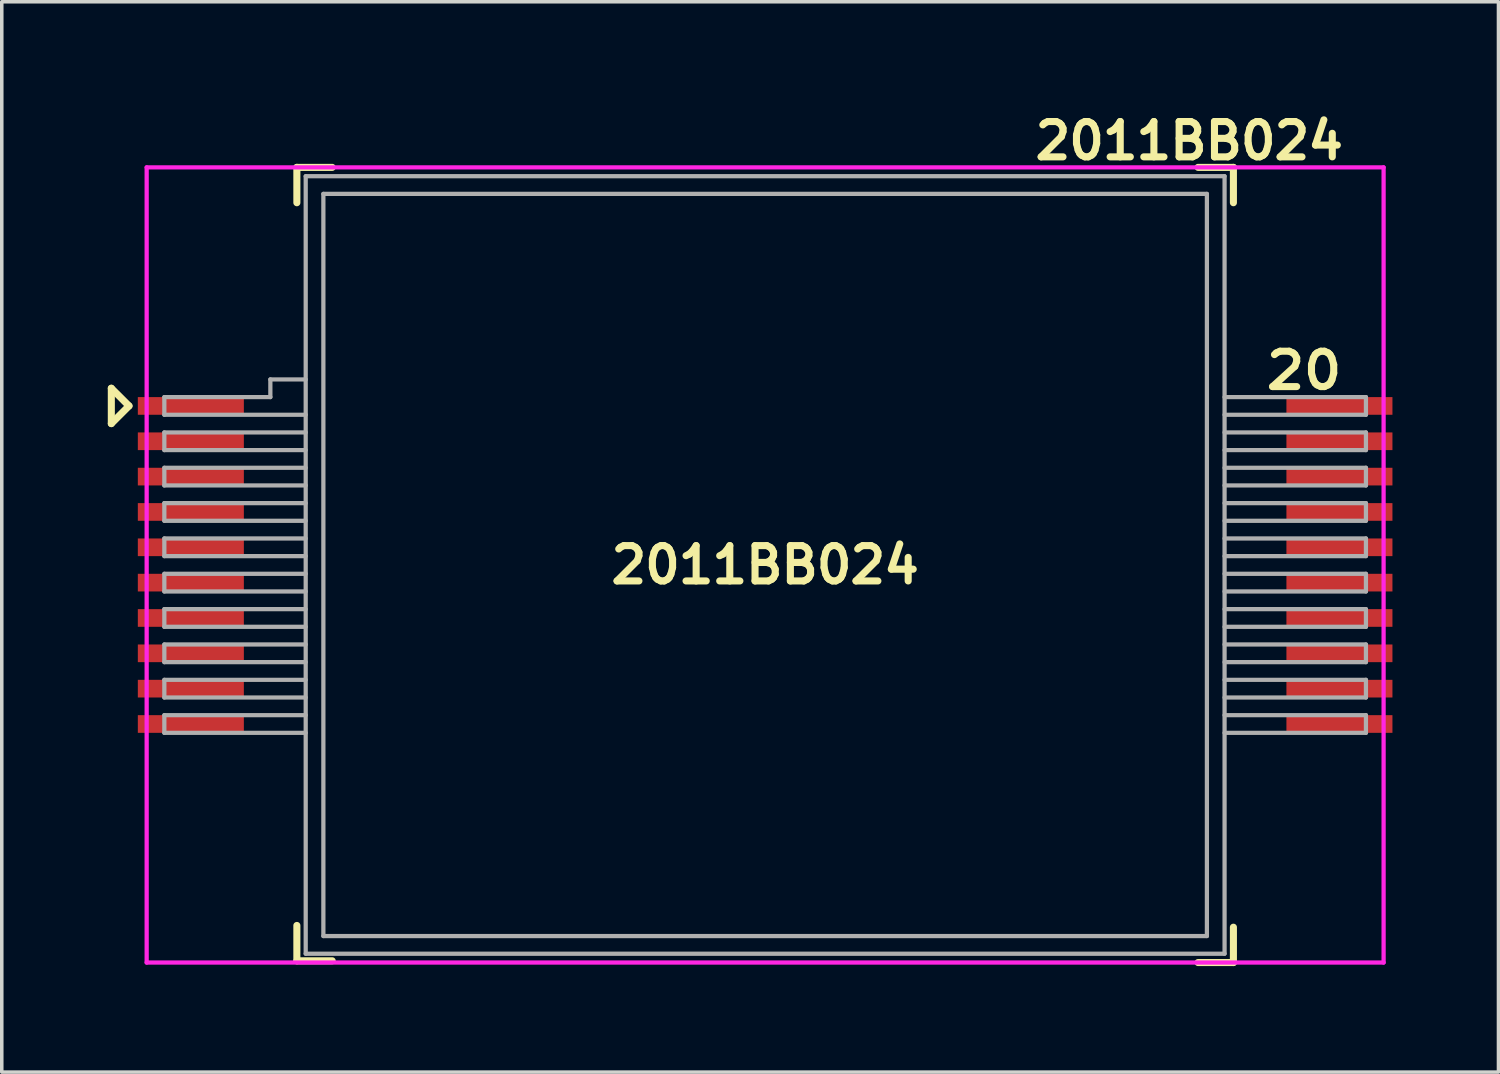
<source format=kicad_pcb>
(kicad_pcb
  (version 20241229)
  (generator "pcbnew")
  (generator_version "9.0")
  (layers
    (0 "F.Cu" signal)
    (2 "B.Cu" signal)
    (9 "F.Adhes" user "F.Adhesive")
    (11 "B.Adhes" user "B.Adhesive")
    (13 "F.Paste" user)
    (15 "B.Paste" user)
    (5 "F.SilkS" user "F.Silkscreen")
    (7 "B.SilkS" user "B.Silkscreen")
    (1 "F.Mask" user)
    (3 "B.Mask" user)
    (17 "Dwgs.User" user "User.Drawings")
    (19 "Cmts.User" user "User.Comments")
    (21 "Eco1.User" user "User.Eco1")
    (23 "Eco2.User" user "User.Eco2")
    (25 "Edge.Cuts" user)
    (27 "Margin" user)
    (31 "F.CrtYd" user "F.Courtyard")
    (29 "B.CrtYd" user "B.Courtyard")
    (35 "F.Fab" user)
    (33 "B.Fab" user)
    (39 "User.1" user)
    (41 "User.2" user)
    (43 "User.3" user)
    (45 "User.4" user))
  (footprint "2011ВВ024"
    (layer "F.Cu")
    (at 18.6 12.936)
    (property "Reference" "2011ВВ024" (at 12 -12 0) (layer "F.SilkS") (effects (font (size 1 1) (thickness 0.2))))
    (attr through_hole)
    (fp_line (start -18.5 -5) (end -18 -4.5) (stroke (width 0.2) (type solid)) (layer "F.SilkS"))
    (fp_line (start -18.5 -4) (end -18.5 -5) (stroke (width 0.2) (type solid)) (layer "F.SilkS"))
    (fp_line (start -18 -4.5) (end -18.5 -4) (stroke (width 0.2) (type solid)) (layer "F.SilkS"))
    (fp_line (start -13.25 -11.25) (end -13.25 -10.25) (stroke (width 0.2) (type solid)) (layer "F.SilkS"))
    (fp_line (start -13.25 -11.25) (end -12.25 -11.25) (stroke (width 0.2) (type solid)) (layer "F.SilkS"))
    (fp_line (start -13.25 11.2) (end -13.25 10.2) (stroke (width 0.2) (type solid)) (layer "F.SilkS"))
    (fp_line (start -13.25 11.2) (end -12.25 11.2) (stroke (width 0.2) (type solid)) (layer "F.SilkS"))
    (fp_line (start 13.25 -11.25) (end 12.25 -11.25) (stroke (width 0.2) (type solid)) (layer "F.SilkS"))
    (fp_line (start 13.25 -11.25) (end 13.25 -10.25) (stroke (width 0.2) (type solid)) (layer "F.SilkS"))
    (fp_line (start 13.25 11.25) (end 12.25 11.25) (stroke (width 0.2) (type solid)) (layer "F.SilkS"))
    (fp_line (start 13.25 11.25) (end 13.25 10.25) (stroke (width 0.2) (type solid)) (layer "F.SilkS"))
    (fp_line (start -17.5 -11.25) (end 17.5 -11.25) (stroke (width 0.12) (type solid)) (layer "F.CrtYd"))
    (fp_line (start -17.5 11.25) (end -17.5 -11.25) (stroke (width 0.12) (type solid)) (layer "F.CrtYd"))
    (fp_line (start 17.5 -11.25) (end 17.5 11.25) (stroke (width 0.12) (type solid)) (layer "F.CrtYd"))
    (fp_line (start 17.5 11.25) (end -17.5 11.25) (stroke (width 0.12) (type solid)) (layer "F.CrtYd"))
    (fp_line (start -17 -4.75) (end -17 -4.25) (stroke (width 0.12) (type solid)) (layer "F.Fab"))
    (fp_line (start -17 -4.25) (end -13 -4.25) (stroke (width 0.12) (type solid)) (layer "F.Fab"))
    (fp_line (start -17 -3.75) (end -17 -3.25) (stroke (width 0.12) (type solid)) (layer "F.Fab"))
    (fp_line (start -17 -3.25) (end -13 -3.25) (stroke (width 0.12) (type solid)) (layer "F.Fab"))
    (fp_line (start -17 -2.75) (end -17 -2.25) (stroke (width 0.12) (type solid)) (layer "F.Fab"))
    (fp_line (start -17 -2.25) (end -13 -2.25) (stroke (width 0.12) (type solid)) (layer "F.Fab"))
    (fp_line (start -17 -1.75) (end -17 -1.25) (stroke (width 0.12) (type solid)) (layer "F.Fab"))
    (fp_line (start -17 -1.25) (end -13 -1.25) (stroke (width 0.12) (type solid)) (layer "F.Fab"))
    (fp_line (start -17 -0.75) (end -17 -0.25) (stroke (width 0.12) (type solid)) (layer "F.Fab"))
    (fp_line (start -17 -0.25) (end -13 -0.25) (stroke (width 0.12) (type solid)) (layer "F.Fab"))
    (fp_line (start -17 0.25) (end -17 0.75) (stroke (width 0.12) (type solid)) (layer "F.Fab"))
    (fp_line (start -17 0.75) (end -13 0.75) (stroke (width 0.12) (type solid)) (layer "F.Fab"))
    (fp_line (start -17 1.25) (end -17 1.75) (stroke (width 0.12) (type solid)) (layer "F.Fab"))
    (fp_line (start -17 1.75) (end -13 1.75) (stroke (width 0.12) (type solid)) (layer "F.Fab"))
    (fp_line (start -17 2.25) (end -17 2.75) (stroke (width 0.12) (type solid)) (layer "F.Fab"))
    (fp_line (start -17 2.75) (end -13 2.75) (stroke (width 0.12) (type solid)) (layer "F.Fab"))
    (fp_line (start -17 3.25) (end -17 3.75) (stroke (width 0.12) (type solid)) (layer "F.Fab"))
    (fp_line (start -17 3.75) (end -13 3.75) (stroke (width 0.12) (type solid)) (layer "F.Fab"))
    (fp_line (start -17 4.25) (end -17 4.75) (stroke (width 0.12) (type solid)) (layer "F.Fab"))
    (fp_line (start -17 4.75) (end -13 4.75) (stroke (width 0.12) (type solid)) (layer "F.Fab"))
    (fp_line (start -14 -5.25) (end -14 -4.75) (stroke (width 0.12) (type solid)) (layer "F.Fab"))
    (fp_line (start -14 -4.75) (end -17 -4.75) (stroke (width 0.12) (type solid)) (layer "F.Fab"))
    (fp_line (start -13 -11) (end -13 11) (stroke (width 0.12) (type solid)) (layer "F.Fab"))
    (fp_line (start -13 -5.25) (end -14 -5.25) (stroke (width 0.12) (type solid)) (layer "F.Fab"))
    (fp_line (start -13 -3.75) (end -17 -3.75) (stroke (width 0.12) (type solid)) (layer "F.Fab"))
    (fp_line (start -13 -2.75) (end -17 -2.75) (stroke (width 0.12) (type solid)) (layer "F.Fab"))
    (fp_line (start -13 -1.75) (end -17 -1.75) (stroke (width 0.12) (type solid)) (layer "F.Fab"))
    (fp_line (start -13 -0.75) (end -17 -0.75) (stroke (width 0.12) (type solid)) (layer "F.Fab"))
    (fp_line (start -13 0.25) (end -17 0.25) (stroke (width 0.12) (type solid)) (layer "F.Fab"))
    (fp_line (start -13 1.25) (end -17 1.25) (stroke (width 0.12) (type solid)) (layer "F.Fab"))
    (fp_line (start -13 2.25) (end -17 2.25) (stroke (width 0.12) (type solid)) (layer "F.Fab"))
    (fp_line (start -13 3.25) (end -17 3.25) (stroke (width 0.12) (type solid)) (layer "F.Fab"))
    (fp_line (start -13 4.25) (end -17 4.25) (stroke (width 0.12) (type solid)) (layer "F.Fab"))
    (fp_line (start -13 11) (end 13 11) (stroke (width 0.12) (type solid)) (layer "F.Fab"))
    (fp_line (start -12.5 -10.5) (end 12.5 -10.5) (stroke (width 0.12) (type solid)) (layer "F.Fab"))
    (fp_line (start -12.5 10.5) (end -12.5 -10.5) (stroke (width 0.12) (type solid)) (layer "F.Fab"))
    (fp_line (start 12.5 -10.5) (end 12.5 10.5) (stroke (width 0.12) (type solid)) (layer "F.Fab"))
    (fp_line (start 12.5 10.5) (end -12.5 10.5) (stroke (width 0.12) (type solid)) (layer "F.Fab"))
    (fp_line (start 13 -11) (end -13 -11) (stroke (width 0.12) (type solid)) (layer "F.Fab"))
    (fp_line (start 13 -4.25) (end 17 -4.25) (stroke (width 0.12) (type solid)) (layer "F.Fab"))
    (fp_line (start 13 -3.25) (end 17 -3.25) (stroke (width 0.12) (type solid)) (layer "F.Fab"))
    (fp_line (start 13 -2.25) (end 17 -2.25) (stroke (width 0.12) (type solid)) (layer "F.Fab"))
    (fp_line (start 13 -1.25) (end 17 -1.25) (stroke (width 0.12) (type solid)) (layer "F.Fab"))
    (fp_line (start 13 -0.25) (end 17 -0.25) (stroke (width 0.12) (type solid)) (layer "F.Fab"))
    (fp_line (start 13 0.75) (end 17 0.75) (stroke (width 0.12) (type solid)) (layer "F.Fab"))
    (fp_line (start 13 1.75) (end 17 1.75) (stroke (width 0.12) (type solid)) (layer "F.Fab"))
    (fp_line (start 13 2.75) (end 17 2.75) (stroke (width 0.12) (type solid)) (layer "F.Fab"))
    (fp_line (start 13 3.75) (end 17 3.75) (stroke (width 0.12) (type solid)) (layer "F.Fab"))
    (fp_line (start 13 4.75) (end 17 4.75) (stroke (width 0.12) (type solid)) (layer "F.Fab"))
    (fp_line (start 13 11) (end 13 -11) (stroke (width 0.12) (type solid)) (layer "F.Fab"))
    (fp_line (start 17 -4.75) (end 13 -4.75) (stroke (width 0.12) (type solid)) (layer "F.Fab"))
    (fp_line (start 17 -4.75) (end 17 -4.25) (stroke (width 0.12) (type solid)) (layer "F.Fab"))
    (fp_line (start 17 -3.75) (end 13 -3.75) (stroke (width 0.12) (type solid)) (layer "F.Fab"))
    (fp_line (start 17 -3.75) (end 17 -3.25) (stroke (width 0.12) (type solid)) (layer "F.Fab"))
    (fp_line (start 17 -2.75) (end 13 -2.75) (stroke (width 0.12) (type solid)) (layer "F.Fab"))
    (fp_line (start 17 -2.75) (end 17 -2.25) (stroke (width 0.12) (type solid)) (layer "F.Fab"))
    (fp_line (start 17 -1.75) (end 13 -1.75) (stroke (width 0.12) (type solid)) (layer "F.Fab"))
    (fp_line (start 17 -1.75) (end 17 -1.25) (stroke (width 0.12) (type solid)) (layer "F.Fab"))
    (fp_line (start 17 -0.75) (end 13 -0.75) (stroke (width 0.12) (type solid)) (layer "F.Fab"))
    (fp_line (start 17 -0.75) (end 17 -0.25) (stroke (width 0.12) (type solid)) (layer "F.Fab"))
    (fp_line (start 17 0.25) (end 13 0.25) (stroke (width 0.12) (type solid)) (layer "F.Fab"))
    (fp_line (start 17 0.25) (end 17 0.75) (stroke (width 0.12) (type solid)) (layer "F.Fab"))
    (fp_line (start 17 1.25) (end 13 1.25) (stroke (width 0.12) (type solid)) (layer "F.Fab"))
    (fp_line (start 17 1.25) (end 17 1.75) (stroke (width 0.12) (type solid)) (layer "F.Fab"))
    (fp_line (start 17 2.25) (end 13 2.25) (stroke (width 0.12) (type solid)) (layer "F.Fab"))
    (fp_line (start 17 2.25) (end 17 2.75) (stroke (width 0.12) (type solid)) (layer "F.Fab"))
    (fp_line (start 17 3.25) (end 13 3.25) (stroke (width 0.12) (type solid)) (layer "F.Fab"))
    (fp_line (start 17 3.25) (end 17 3.75) (stroke (width 0.12) (type solid)) (layer "F.Fab"))
    (fp_line (start 17 4.25) (end 13 4.25) (stroke (width 0.12) (type solid)) (layer "F.Fab"))
    (fp_line (start 17 4.25) (end 17 4.75) (stroke (width 0.12) (type solid)) (layer "F.Fab"))
    (fp_text user "20" (at 15.25 -5.5 0) (layer "F.SilkS") (effects (font (size 1 1.1) (thickness 0.2))))
    (fp_text user "2011ВВ024" (at 0 0 0) (layer "F.SilkS") (effects (font (size 1 1) (thickness 0.2))))
    (pad "1" smd rect (at -16.25 -4.5) (size 3 0.5) (layers "F.Cu" "F.Mask" "F.Paste"))
    (pad "2" smd rect (at -16.25 -3.5) (size 3 0.5) (layers "F.Cu" "F.Mask" "F.Paste"))
    (pad "3" smd rect (at -16.25 -2.5) (size 3 0.5) (layers "F.Cu" "F.Mask" "F.Paste"))
    (pad "4" smd rect (at -16.25 -1.5) (size 3 0.5) (layers "F.Cu" "F.Mask" "F.Paste"))
    (pad "5" smd rect (at -16.25 -0.5) (size 3 0.5) (layers "F.Cu" "F.Mask" "F.Paste"))
    (pad "6" smd rect (at -16.25 0.5) (size 3 0.5) (layers "F.Cu" "F.Mask" "F.Paste"))
    (pad "7" smd rect (at -16.25 1.5) (size 3 0.5) (layers "F.Cu" "F.Mask" "F.Paste"))
    (pad "8" smd rect (at -16.25 2.5) (size 3 0.5) (layers "F.Cu" "F.Mask" "F.Paste"))
    (pad "9" smd rect (at -16.25 3.5) (size 3 0.5) (layers "F.Cu" "F.Mask" "F.Paste"))
    (pad "10" smd rect (at -16.25 4.5) (size 3 0.5) (layers "F.Cu" "F.Mask" "F.Paste"))
    (pad "11" smd rect (at 16.25 4.5) (size 3 0.5) (layers "F.Cu" "F.Mask" "F.Paste"))
    (pad "12" smd rect (at 16.25 3.5) (size 3 0.5) (layers "F.Cu" "F.Mask" "F.Paste"))
    (pad "13" smd rect (at 16.25 2.5) (size 3 0.5) (layers "F.Cu" "F.Mask" "F.Paste"))
    (pad "14" smd rect (at 16.25 1.5) (size 3 0.5) (layers "F.Cu" "F.Mask" "F.Paste"))
    (pad "15" smd rect (at 16.25 0.5) (size 3 0.5) (layers "F.Cu" "F.Mask" "F.Paste"))
    (pad "16" smd rect (at 16.25 -0.5) (size 3 0.5) (layers "F.Cu" "F.Mask" "F.Paste"))
    (pad "17" smd rect (at 16.25 -1.5) (size 3 0.5) (layers "F.Cu" "F.Mask" "F.Paste"))
    (pad "18" smd rect (at 16.25 -2.5) (size 3 0.5) (layers "F.Cu" "F.Mask" "F.Paste"))
    (pad "19" smd rect (at 16.25 -3.5) (size 3 0.5) (layers "F.Cu" "F.Mask" "F.Paste"))
    (pad "20" smd rect (at 16.25 -4.5) (size 3 0.5) (layers "F.Cu" "F.Mask" "F.Paste")))
  (gr_rect
    (start -3 -3)
    (end 39.35 27.286)
    (stroke (width 0.1) (type default))
    (fill no)
    (layer "Edge.Cuts")))
</source>
